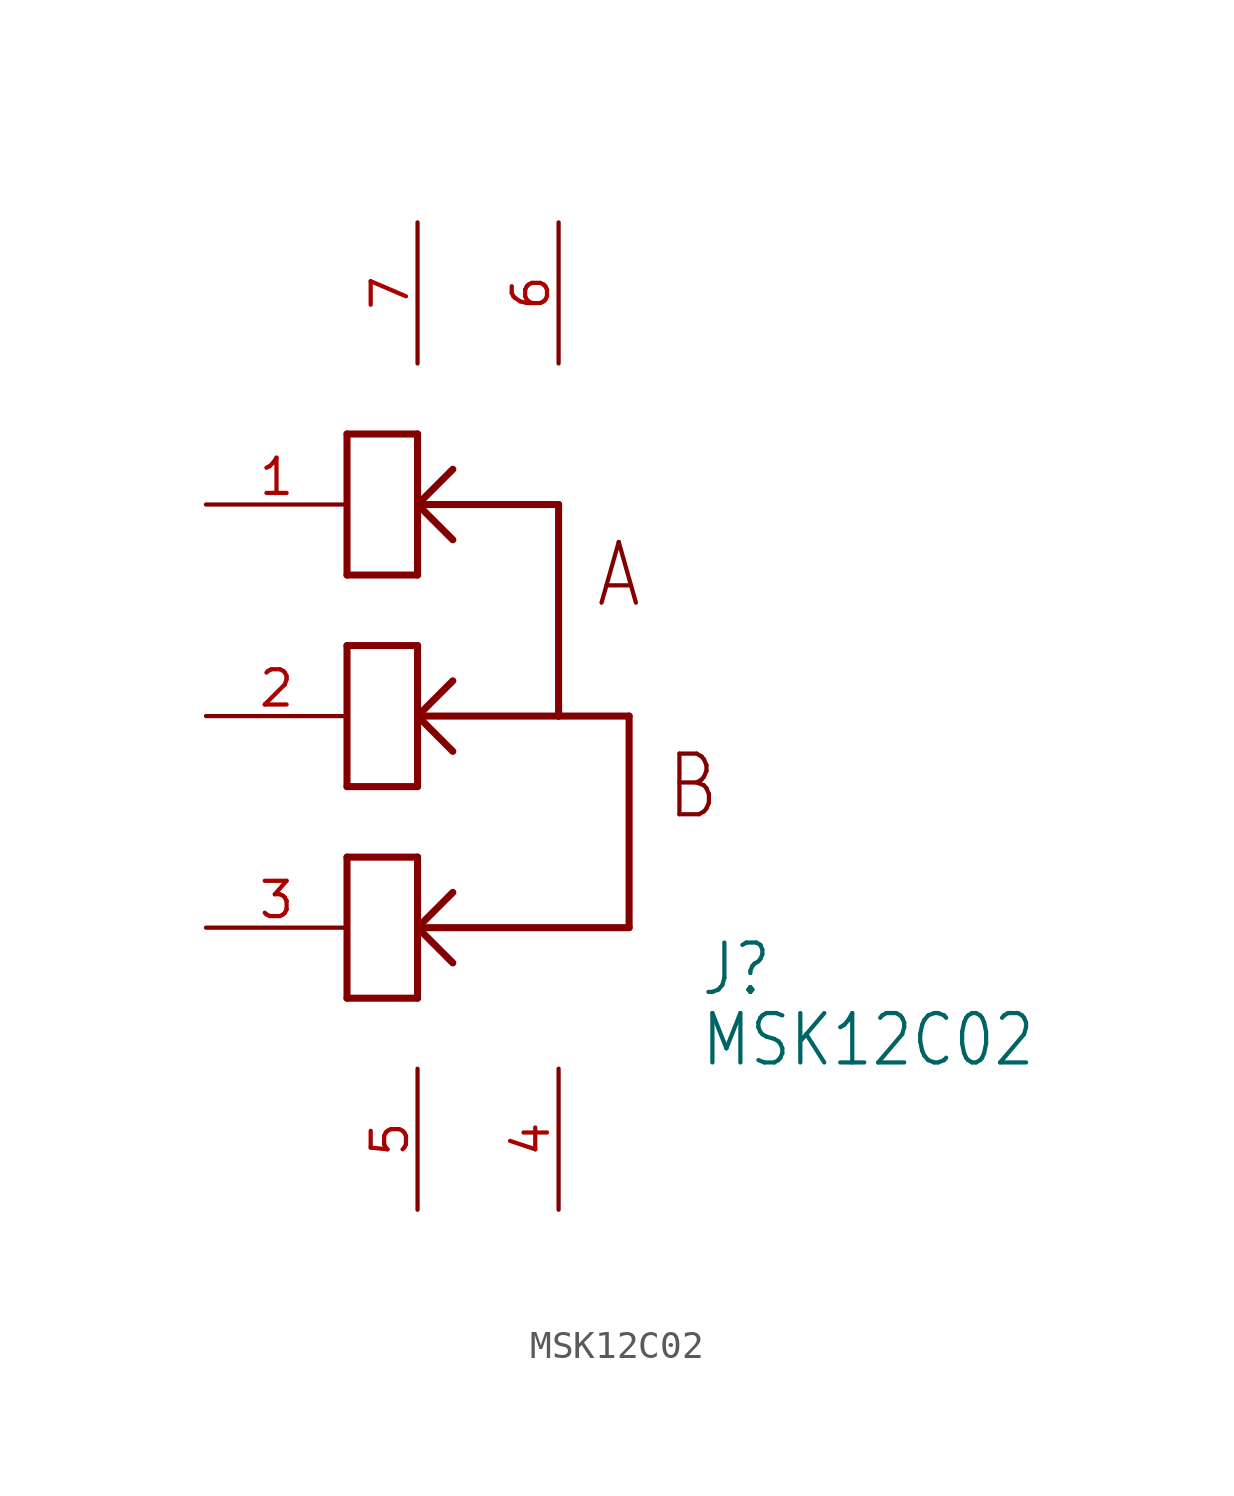
<source format=kicad_sym>
(kicad_symbol_lib
  (version 20211014)
  (generator kicad_symbol_editor)
  (symbol "MSK12C02"
    (property "Reference" "J"
      (at 12.7 -10.16 0)
      (effects (font (size 1.778 1.511)) (justify left bottom)))
    (property "Value" "MSK12C02"
      (at 12.7 -12.7 0)
      (effects (font (size 1.778 1.511)) (justify left bottom)))
    (property "ki_locked" ""
      (at 0 0 0)
      (effects (font (size 1.27 1.27))))
    (symbol "MSK12C02_1_0"
      (polyline (pts (xy 0 -10.16) (xy 0 -5.08)) (stroke (width 0.254) (type default) (color 0 0 0 0)) (fill (type none)))
      (polyline (pts (xy 0 -5.08) (xy 2.54 -5.08)) (stroke (width 0.254) (type default) (color 0 0 0 0)) (fill (type none)))
      (polyline (pts (xy 0 -2.54) (xy 0 2.54)) (stroke (width 0.254) (type default) (color 0 0 0 0)) (fill (type none)))
      (polyline (pts (xy 0 2.54) (xy 2.54 2.54)) (stroke (width 0.254) (type default) (color 0 0 0 0)) (fill (type none)))
      (polyline (pts (xy 0 5.08) (xy 0 10.16)) (stroke (width 0.254) (type default) (color 0 0 0 0)) (fill (type none)))
      (polyline (pts (xy 0 10.16) (xy 2.54 10.16)) (stroke (width 0.254) (type default) (color 0 0 0 0)) (fill (type none)))
      (polyline (pts (xy 2.54 -10.16) (xy 0 -10.16)) (stroke (width 0.254) (type default) (color 0 0 0 0)) (fill (type none)))
      (polyline (pts (xy 2.54 -7.62) (xy 2.54 -10.16)) (stroke (width 0.254) (type default) (color 0 0 0 0)) (fill (type none)))
      (polyline (pts (xy 2.54 -7.62) (xy 3.81 -8.89)) (stroke (width 0.254) (type default) (color 0 0 0 0)) (fill (type none)))
      (polyline (pts (xy 2.54 -7.62) (xy 3.81 -6.35)) (stroke (width 0.254) (type default) (color 0 0 0 0)) (fill (type none)))
      (polyline (pts (xy 2.54 -5.08) (xy 2.54 -7.62)) (stroke (width 0.254) (type default) (color 0 0 0 0)) (fill (type none)))
      (polyline (pts (xy 2.54 -2.54) (xy 0 -2.54)) (stroke (width 0.254) (type default) (color 0 0 0 0)) (fill (type none)))
      (polyline (pts (xy 2.54 0) (xy 2.54 -2.54)) (stroke (width 0.254) (type default) (color 0 0 0 0)) (fill (type none)))
      (polyline (pts (xy 2.54 0) (xy 3.81 -1.27)) (stroke (width 0.254) (type default) (color 0 0 0 0)) (fill (type none)))
      (polyline (pts (xy 2.54 0) (xy 3.81 1.27)) (stroke (width 0.254) (type default) (color 0 0 0 0)) (fill (type none)))
      (polyline (pts (xy 2.54 2.54) (xy 2.54 0)) (stroke (width 0.254) (type default) (color 0 0 0 0)) (fill (type none)))
      (polyline (pts (xy 2.54 5.08) (xy 0 5.08)) (stroke (width 0.254) (type default) (color 0 0 0 0)) (fill (type none)))
      (polyline (pts (xy 2.54 7.62) (xy 2.54 5.08)) (stroke (width 0.254) (type default) (color 0 0 0 0)) (fill (type none)))
      (polyline (pts (xy 2.54 7.62) (xy 3.81 6.35)) (stroke (width 0.254) (type default) (color 0 0 0 0)) (fill (type none)))
      (polyline (pts (xy 2.54 7.62) (xy 3.81 8.89)) (stroke (width 0.254) (type default) (color 0 0 0 0)) (fill (type none)))
      (polyline (pts (xy 2.54 7.62) (xy 7.62 7.62)) (stroke (width 0.254) (type default) (color 0 0 0 0)) (fill (type none)))
      (polyline (pts (xy 2.54 10.16) (xy 2.54 7.62)) (stroke (width 0.254) (type default) (color 0 0 0 0)) (fill (type none)))
      (polyline (pts (xy 7.62 0) (xy 2.54 0)) (stroke (width 0.254) (type default) (color 0 0 0 0)) (fill (type none)))
      (polyline (pts (xy 7.62 0) (xy 10.16 0)) (stroke (width 0.254) (type default) (color 0 0 0 0)) (fill (type none)))
      (polyline (pts (xy 7.62 7.62) (xy 7.62 0)) (stroke (width 0.254) (type default) (color 0 0 0 0)) (fill (type none)))
      (polyline (pts (xy 10.16 -7.62) (xy 2.54 -7.62)) (stroke (width 0.254) (type default) (color 0 0 0 0)) (fill (type none)))
      (polyline (pts (xy 10.16 0) (xy 10.16 -7.62)) (stroke (width 0.254) (type default) (color 0 0 0 0)) (fill (type none)))
      (text "A" (at 8.89 3.81 0) (effects (font (size 2.184 1.857)) (justify left bottom)))
      (text "B" (at 11.43 -3.81 0) (effects (font (size 2.184 1.857)) (justify left bottom)))
      (pin bidirectional line (at -5.08 7.62 0) (length 5.08) (name "1" (effects (font (size 0 0)))) (number "1" (effects (font (size 1.27 1.27)))))
      (pin bidirectional line (at -5.08 0 0) (length 5.08) (name "2" (effects (font (size 0 0)))) (number "2" (effects (font (size 1.27 1.27)))))
      (pin bidirectional line (at -5.08 -7.62 0) (length 5.08) (name "3" (effects (font (size 0 0)))) (number "3" (effects (font (size 1.27 1.27)))))
      (pin bidirectional line (at 7.62 -17.78 90) (length 5.08) (name "4" (effects (font (size 0 0)))) (number "4" (effects (font (size 1.27 1.27)))))
      (pin bidirectional line (at 2.54 -17.78 90) (length 5.08) (name "5" (effects (font (size 0 0)))) (number "5" (effects (font (size 1.27 1.27)))))
      (pin bidirectional line (at 7.62 17.78 270) (length 5.08) (name "6" (effects (font (size 0 0)))) (number "6" (effects (font (size 1.27 1.27)))))
      (pin bidirectional line (at 2.54 17.78 270) (length 5.08) (name "7" (effects (font (size 0 0)))) (number "7" (effects (font (size 1.27 1.27))))))))
</source>
